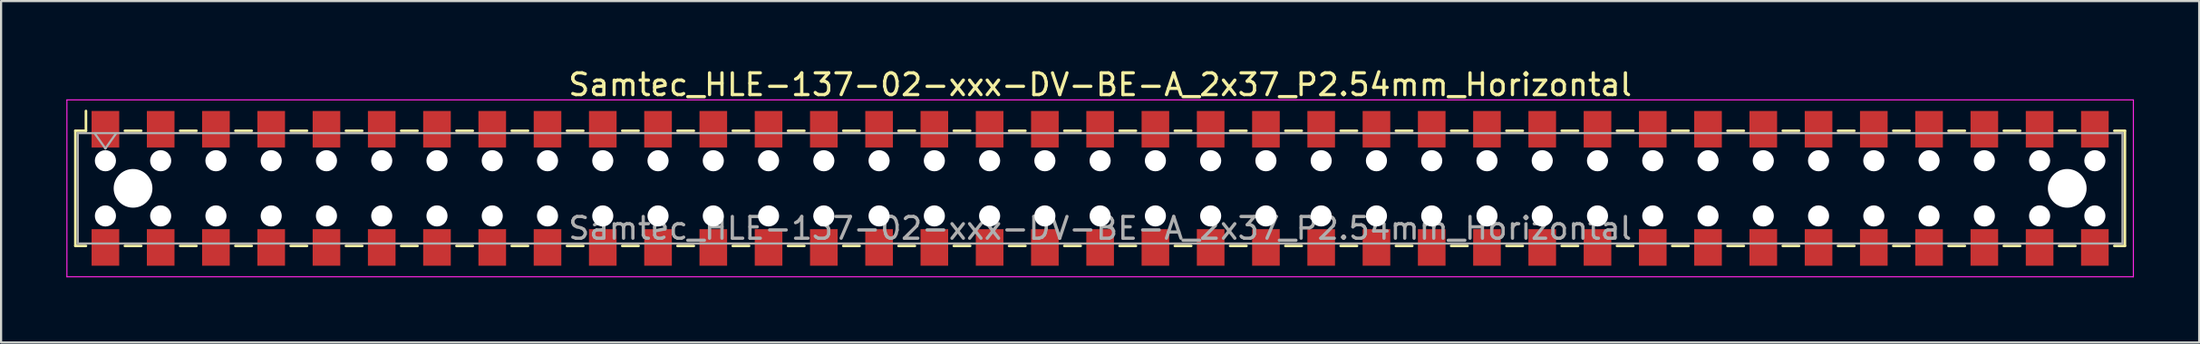
<source format=kicad_pcb>
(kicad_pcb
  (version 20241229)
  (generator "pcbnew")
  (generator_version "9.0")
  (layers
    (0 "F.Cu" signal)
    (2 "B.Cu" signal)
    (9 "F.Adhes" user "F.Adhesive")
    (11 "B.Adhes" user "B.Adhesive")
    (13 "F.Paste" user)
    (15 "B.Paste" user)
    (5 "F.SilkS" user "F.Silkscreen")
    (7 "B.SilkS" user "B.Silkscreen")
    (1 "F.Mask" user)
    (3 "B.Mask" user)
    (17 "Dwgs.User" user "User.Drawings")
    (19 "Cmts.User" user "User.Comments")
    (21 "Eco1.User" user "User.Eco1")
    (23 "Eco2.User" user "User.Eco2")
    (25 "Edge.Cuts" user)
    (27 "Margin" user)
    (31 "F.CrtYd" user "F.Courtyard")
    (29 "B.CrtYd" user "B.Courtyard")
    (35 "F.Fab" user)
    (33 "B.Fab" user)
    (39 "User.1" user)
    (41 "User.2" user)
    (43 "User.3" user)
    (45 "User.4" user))
  (footprint "Samtec_HLE-137-02-xxx-DV-BE-A_2x37_P2.54mm_Horizontal"
    (layer "F.Cu")
    (at 47.515 5.618)
    (property "Reference" "Samtec_HLE-137-02-xxx-DV-BE-A_2x37_P2.54mm_Horizontal" (at 0 -4.77 0) (layer "F.SilkS") (effects (font (size 1 1) (thickness 0.15))))
    (attr smd)
    (fp_line (start -47.1 -2.65) (end -47.1 2.65) (stroke (width 0.12) (type solid)) (layer "F.SilkS"))
    (fp_line (start -47.1 2.65) (end -46.615 2.65) (stroke (width 0.12) (type solid)) (layer "F.SilkS"))
    (fp_line (start -46.615 -3.56) (end -46.615 -2.65) (stroke (width 0.12) (type solid)) (layer "F.SilkS"))
    (fp_line (start -46.615 -2.65) (end -47.1 -2.65) (stroke (width 0.12) (type solid)) (layer "F.SilkS"))
    (fp_line (start -44.825 -2.65) (end -44.075 -2.65) (stroke (width 0.12) (type solid)) (layer "F.SilkS"))
    (fp_line (start -44.825 2.65) (end -44.075 2.65) (stroke (width 0.12) (type solid)) (layer "F.SilkS"))
    (fp_line (start -42.285 -2.65) (end -41.535 -2.65) (stroke (width 0.12) (type solid)) (layer "F.SilkS"))
    (fp_line (start -42.285 2.65) (end -41.535 2.65) (stroke (width 0.12) (type solid)) (layer "F.SilkS"))
    (fp_line (start -39.745 -2.65) (end -38.995 -2.65) (stroke (width 0.12) (type solid)) (layer "F.SilkS"))
    (fp_line (start -39.745 2.65) (end -38.995 2.65) (stroke (width 0.12) (type solid)) (layer "F.SilkS"))
    (fp_line (start -37.205 -2.65) (end -36.455 -2.65) (stroke (width 0.12) (type solid)) (layer "F.SilkS"))
    (fp_line (start -37.205 2.65) (end -36.455 2.65) (stroke (width 0.12) (type solid)) (layer "F.SilkS"))
    (fp_line (start -34.665 -2.65) (end -33.915 -2.65) (stroke (width 0.12) (type solid)) (layer "F.SilkS"))
    (fp_line (start -34.665 2.65) (end -33.915 2.65) (stroke (width 0.12) (type solid)) (layer "F.SilkS"))
    (fp_line (start -32.125 -2.65) (end -31.375 -2.65) (stroke (width 0.12) (type solid)) (layer "F.SilkS"))
    (fp_line (start -32.125 2.65) (end -31.375 2.65) (stroke (width 0.12) (type solid)) (layer "F.SilkS"))
    (fp_line (start -29.585 -2.65) (end -28.835 -2.65) (stroke (width 0.12) (type solid)) (layer "F.SilkS"))
    (fp_line (start -29.585 2.65) (end -28.835 2.65) (stroke (width 0.12) (type solid)) (layer "F.SilkS"))
    (fp_line (start -27.045 -2.65) (end -26.295 -2.65) (stroke (width 0.12) (type solid)) (layer "F.SilkS"))
    (fp_line (start -27.045 2.65) (end -26.295 2.65) (stroke (width 0.12) (type solid)) (layer "F.SilkS"))
    (fp_line (start -24.505 -2.65) (end -23.755 -2.65) (stroke (width 0.12) (type solid)) (layer "F.SilkS"))
    (fp_line (start -24.505 2.65) (end -23.755 2.65) (stroke (width 0.12) (type solid)) (layer "F.SilkS"))
    (fp_line (start -21.965 -2.65) (end -21.215 -2.65) (stroke (width 0.12) (type solid)) (layer "F.SilkS"))
    (fp_line (start -21.965 2.65) (end -21.215 2.65) (stroke (width 0.12) (type solid)) (layer "F.SilkS"))
    (fp_line (start -19.425 -2.65) (end -18.675 -2.65) (stroke (width 0.12) (type solid)) (layer "F.SilkS"))
    (fp_line (start -19.425 2.65) (end -18.675 2.65) (stroke (width 0.12) (type solid)) (layer "F.SilkS"))
    (fp_line (start -16.885 -2.65) (end -16.135 -2.65) (stroke (width 0.12) (type solid)) (layer "F.SilkS"))
    (fp_line (start -16.885 2.65) (end -16.135 2.65) (stroke (width 0.12) (type solid)) (layer "F.SilkS"))
    (fp_line (start -14.345 -2.65) (end -13.595 -2.65) (stroke (width 0.12) (type solid)) (layer "F.SilkS"))
    (fp_line (start -14.345 2.65) (end -13.595 2.65) (stroke (width 0.12) (type solid)) (layer "F.SilkS"))
    (fp_line (start -11.805 -2.65) (end -11.055 -2.65) (stroke (width 0.12) (type solid)) (layer "F.SilkS"))
    (fp_line (start -11.805 2.65) (end -11.055 2.65) (stroke (width 0.12) (type solid)) (layer "F.SilkS"))
    (fp_line (start -9.265 -2.65) (end -8.515 -2.65) (stroke (width 0.12) (type solid)) (layer "F.SilkS"))
    (fp_line (start -9.265 2.65) (end -8.515 2.65) (stroke (width 0.12) (type solid)) (layer "F.SilkS"))
    (fp_line (start -6.725 -2.65) (end -5.975 -2.65) (stroke (width 0.12) (type solid)) (layer "F.SilkS"))
    (fp_line (start -6.725 2.65) (end -5.975 2.65) (stroke (width 0.12) (type solid)) (layer "F.SilkS"))
    (fp_line (start -4.185 -2.65) (end -3.435 -2.65) (stroke (width 0.12) (type solid)) (layer "F.SilkS"))
    (fp_line (start -4.185 2.65) (end -3.435 2.65) (stroke (width 0.12) (type solid)) (layer "F.SilkS"))
    (fp_line (start -1.645 -2.65) (end -0.895 -2.65) (stroke (width 0.12) (type solid)) (layer "F.SilkS"))
    (fp_line (start -1.645 2.65) (end -0.895 2.65) (stroke (width 0.12) (type solid)) (layer "F.SilkS"))
    (fp_line (start 0.895 -2.65) (end 1.645 -2.65) (stroke (width 0.12) (type solid)) (layer "F.SilkS"))
    (fp_line (start 0.895 2.65) (end 1.645 2.65) (stroke (width 0.12) (type solid)) (layer "F.SilkS"))
    (fp_line (start 3.435 -2.65) (end 4.185 -2.65) (stroke (width 0.12) (type solid)) (layer "F.SilkS"))
    (fp_line (start 3.435 2.65) (end 4.185 2.65) (stroke (width 0.12) (type solid)) (layer "F.SilkS"))
    (fp_line (start 5.975 -2.65) (end 6.725 -2.65) (stroke (width 0.12) (type solid)) (layer "F.SilkS"))
    (fp_line (start 5.975 2.65) (end 6.725 2.65) (stroke (width 0.12) (type solid)) (layer "F.SilkS"))
    (fp_line (start 8.515 -2.65) (end 9.265 -2.65) (stroke (width 0.12) (type solid)) (layer "F.SilkS"))
    (fp_line (start 8.515 2.65) (end 9.265 2.65) (stroke (width 0.12) (type solid)) (layer "F.SilkS"))
    (fp_line (start 11.055 -2.65) (end 11.805 -2.65) (stroke (width 0.12) (type solid)) (layer "F.SilkS"))
    (fp_line (start 11.055 2.65) (end 11.805 2.65) (stroke (width 0.12) (type solid)) (layer "F.SilkS"))
    (fp_line (start 13.595 -2.65) (end 14.345 -2.65) (stroke (width 0.12) (type solid)) (layer "F.SilkS"))
    (fp_line (start 13.595 2.65) (end 14.345 2.65) (stroke (width 0.12) (type solid)) (layer "F.SilkS"))
    (fp_line (start 16.135 -2.65) (end 16.885 -2.65) (stroke (width 0.12) (type solid)) (layer "F.SilkS"))
    (fp_line (start 16.135 2.65) (end 16.885 2.65) (stroke (width 0.12) (type solid)) (layer "F.SilkS"))
    (fp_line (start 18.675 -2.65) (end 19.425 -2.65) (stroke (width 0.12) (type solid)) (layer "F.SilkS"))
    (fp_line (start 18.675 2.65) (end 19.425 2.65) (stroke (width 0.12) (type solid)) (layer "F.SilkS"))
    (fp_line (start 21.215 -2.65) (end 21.965 -2.65) (stroke (width 0.12) (type solid)) (layer "F.SilkS"))
    (fp_line (start 21.215 2.65) (end 21.965 2.65) (stroke (width 0.12) (type solid)) (layer "F.SilkS"))
    (fp_line (start 23.755 -2.65) (end 24.505 -2.65) (stroke (width 0.12) (type solid)) (layer "F.SilkS"))
    (fp_line (start 23.755 2.65) (end 24.505 2.65) (stroke (width 0.12) (type solid)) (layer "F.SilkS"))
    (fp_line (start 26.295 -2.65) (end 27.045 -2.65) (stroke (width 0.12) (type solid)) (layer "F.SilkS"))
    (fp_line (start 26.295 2.65) (end 27.045 2.65) (stroke (width 0.12) (type solid)) (layer "F.SilkS"))
    (fp_line (start 28.835 -2.65) (end 29.585 -2.65) (stroke (width 0.12) (type solid)) (layer "F.SilkS"))
    (fp_line (start 28.835 2.65) (end 29.585 2.65) (stroke (width 0.12) (type solid)) (layer "F.SilkS"))
    (fp_line (start 31.375 -2.65) (end 32.125 -2.65) (stroke (width 0.12) (type solid)) (layer "F.SilkS"))
    (fp_line (start 31.375 2.65) (end 32.125 2.65) (stroke (width 0.12) (type solid)) (layer "F.SilkS"))
    (fp_line (start 33.915 -2.65) (end 34.665 -2.65) (stroke (width 0.12) (type solid)) (layer "F.SilkS"))
    (fp_line (start 33.915 2.65) (end 34.665 2.65) (stroke (width 0.12) (type solid)) (layer "F.SilkS"))
    (fp_line (start 36.455 -2.65) (end 37.205 -2.65) (stroke (width 0.12) (type solid)) (layer "F.SilkS"))
    (fp_line (start 36.455 2.65) (end 37.205 2.65) (stroke (width 0.12) (type solid)) (layer "F.SilkS"))
    (fp_line (start 38.995 -2.65) (end 39.745 -2.65) (stroke (width 0.12) (type solid)) (layer "F.SilkS"))
    (fp_line (start 38.995 2.65) (end 39.745 2.65) (stroke (width 0.12) (type solid)) (layer "F.SilkS"))
    (fp_line (start 41.535 -2.65) (end 42.285 -2.65) (stroke (width 0.12) (type solid)) (layer "F.SilkS"))
    (fp_line (start 41.535 2.65) (end 42.285 2.65) (stroke (width 0.12) (type solid)) (layer "F.SilkS"))
    (fp_line (start 44.075 -2.65) (end 44.825 -2.65) (stroke (width 0.12) (type solid)) (layer "F.SilkS"))
    (fp_line (start 44.075 2.65) (end 44.825 2.65) (stroke (width 0.12) (type solid)) (layer "F.SilkS"))
    (fp_line (start 46.615 -2.65) (end 47.1 -2.65) (stroke (width 0.12) (type solid)) (layer "F.SilkS"))
    (fp_line (start 47.1 -2.65) (end 47.1 2.65) (stroke (width 0.12) (type solid)) (layer "F.SilkS"))
    (fp_line (start 47.1 2.65) (end 46.615 2.65) (stroke (width 0.12) (type solid)) (layer "F.SilkS"))
    (fp_line (start -47.49 -4.07) (end 47.49 -4.07) (stroke (width 0.05) (type solid)) (layer "F.CrtYd"))
    (fp_line (start -47.49 4.07) (end -47.49 -4.07) (stroke (width 0.05) (type solid)) (layer "F.CrtYd"))
    (fp_line (start 47.49 -4.07) (end 47.49 4.07) (stroke (width 0.05) (type solid)) (layer "F.CrtYd"))
    (fp_line (start 47.49 4.07) (end -47.49 4.07) (stroke (width 0.05) (type solid)) (layer "F.CrtYd"))
    (fp_line (start -46.99 -2.54) (end 46.99 -2.54) (stroke (width 0.1) (type solid)) (layer "F.Fab"))
    (fp_line (start -46.99 2.54) (end -46.99 -2.54) (stroke (width 0.1) (type solid)) (layer "F.Fab"))
    (fp_line (start -46.22 -2.54) (end -45.72 -1.833) (stroke (width 0.1) (type solid)) (layer "F.Fab"))
    (fp_line (start -45.72 -1.833) (end -45.22 -2.54) (stroke (width 0.1) (type solid)) (layer "F.Fab"))
    (fp_line (start 46.99 -2.54) (end 46.99 2.54) (stroke (width 0.1) (type solid)) (layer "F.Fab"))
    (fp_line (start 46.99 2.54) (end -46.99 2.54) (stroke (width 0.1) (type solid)) (layer "F.Fab"))
    (fp_text user "${REFERENCE}" (at 0 1.84 0) (layer "F.Fab") (effects (font (size 1 1) (thickness 0.15))))
    (pad "" np_thru_hole circle (at -45.72 -1.27) (size 0.97 0.97) (drill 0.97) (layers "*.Cu" "*.Mask"))
    (pad "" np_thru_hole circle (at -45.72 1.27) (size 0.97 0.97) (drill 0.97) (layers "*.Cu" "*.Mask"))
    (pad "" np_thru_hole circle (at -44.45 0) (size 1.78 1.78) (drill 1.78) (layers "*.Cu" "*.Mask"))
    (pad "" np_thru_hole circle (at -43.18 -1.27) (size 0.97 0.97) (drill 0.97) (layers "*.Cu" "*.Mask"))
    (pad "" np_thru_hole circle (at -43.18 1.27) (size 0.97 0.97) (drill 0.97) (layers "*.Cu" "*.Mask"))
    (pad "" np_thru_hole circle (at -40.64 -1.27) (size 0.97 0.97) (drill 0.97) (layers "*.Cu" "*.Mask"))
    (pad "" np_thru_hole circle (at -40.64 1.27) (size 0.97 0.97) (drill 0.97) (layers "*.Cu" "*.Mask"))
    (pad "" np_thru_hole circle (at -38.1 -1.27) (size 0.97 0.97) (drill 0.97) (layers "*.Cu" "*.Mask"))
    (pad "" np_thru_hole circle (at -38.1 1.27) (size 0.97 0.97) (drill 0.97) (layers "*.Cu" "*.Mask"))
    (pad "" np_thru_hole circle (at -35.56 -1.27) (size 0.97 0.97) (drill 0.97) (layers "*.Cu" "*.Mask"))
    (pad "" np_thru_hole circle (at -35.56 1.27) (size 0.97 0.97) (drill 0.97) (layers "*.Cu" "*.Mask"))
    (pad "" np_thru_hole circle (at -33.02 -1.27) (size 0.97 0.97) (drill 0.97) (layers "*.Cu" "*.Mask"))
    (pad "" np_thru_hole circle (at -33.02 1.27) (size 0.97 0.97) (drill 0.97) (layers "*.Cu" "*.Mask"))
    (pad "" np_thru_hole circle (at -30.48 -1.27) (size 0.97 0.97) (drill 0.97) (layers "*.Cu" "*.Mask"))
    (pad "" np_thru_hole circle (at -30.48 1.27) (size 0.97 0.97) (drill 0.97) (layers "*.Cu" "*.Mask"))
    (pad "" np_thru_hole circle (at -27.94 -1.27) (size 0.97 0.97) (drill 0.97) (layers "*.Cu" "*.Mask"))
    (pad "" np_thru_hole circle (at -27.94 1.27) (size 0.97 0.97) (drill 0.97) (layers "*.Cu" "*.Mask"))
    (pad "" np_thru_hole circle (at -25.4 -1.27) (size 0.97 0.97) (drill 0.97) (layers "*.Cu" "*.Mask"))
    (pad "" np_thru_hole circle (at -25.4 1.27) (size 0.97 0.97) (drill 0.97) (layers "*.Cu" "*.Mask"))
    (pad "" np_thru_hole circle (at -22.86 -1.27) (size 0.97 0.97) (drill 0.97) (layers "*.Cu" "*.Mask"))
    (pad "" np_thru_hole circle (at -22.86 1.27) (size 0.97 0.97) (drill 0.97) (layers "*.Cu" "*.Mask"))
    (pad "" np_thru_hole circle (at -20.32 -1.27) (size 0.97 0.97) (drill 0.97) (layers "*.Cu" "*.Mask"))
    (pad "" np_thru_hole circle (at -20.32 1.27) (size 0.97 0.97) (drill 0.97) (layers "*.Cu" "*.Mask"))
    (pad "" np_thru_hole circle (at -17.78 -1.27) (size 0.97 0.97) (drill 0.97) (layers "*.Cu" "*.Mask"))
    (pad "" np_thru_hole circle (at -17.78 1.27) (size 0.97 0.97) (drill 0.97) (layers "*.Cu" "*.Mask"))
    (pad "" np_thru_hole circle (at -15.24 -1.27) (size 0.97 0.97) (drill 0.97) (layers "*.Cu" "*.Mask"))
    (pad "" np_thru_hole circle (at -15.24 1.27) (size 0.97 0.97) (drill 0.97) (layers "*.Cu" "*.Mask"))
    (pad "" np_thru_hole circle (at -12.7 -1.27) (size 0.97 0.97) (drill 0.97) (layers "*.Cu" "*.Mask"))
    (pad "" np_thru_hole circle (at -12.7 1.27) (size 0.97 0.97) (drill 0.97) (layers "*.Cu" "*.Mask"))
    (pad "" np_thru_hole circle (at -10.16 -1.27) (size 0.97 0.97) (drill 0.97) (layers "*.Cu" "*.Mask"))
    (pad "" np_thru_hole circle (at -10.16 1.27) (size 0.97 0.97) (drill 0.97) (layers "*.Cu" "*.Mask"))
    (pad "" np_thru_hole circle (at -7.62 -1.27) (size 0.97 0.97) (drill 0.97) (layers "*.Cu" "*.Mask"))
    (pad "" np_thru_hole circle (at -7.62 1.27) (size 0.97 0.97) (drill 0.97) (layers "*.Cu" "*.Mask"))
    (pad "" np_thru_hole circle (at -5.08 -1.27) (size 0.97 0.97) (drill 0.97) (layers "*.Cu" "*.Mask"))
    (pad "" np_thru_hole circle (at -5.08 1.27) (size 0.97 0.97) (drill 0.97) (layers "*.Cu" "*.Mask"))
    (pad "" np_thru_hole circle (at -2.54 -1.27) (size 0.97 0.97) (drill 0.97) (layers "*.Cu" "*.Mask"))
    (pad "" np_thru_hole circle (at -2.54 1.27) (size 0.97 0.97) (drill 0.97) (layers "*.Cu" "*.Mask"))
    (pad "" np_thru_hole circle (at 0 -1.27) (size 0.97 0.97) (drill 0.97) (layers "*.Cu" "*.Mask"))
    (pad "" np_thru_hole circle (at 0 1.27) (size 0.97 0.97) (drill 0.97) (layers "*.Cu" "*.Mask"))
    (pad "" np_thru_hole circle (at 2.54 -1.27) (size 0.97 0.97) (drill 0.97) (layers "*.Cu" "*.Mask"))
    (pad "" np_thru_hole circle (at 2.54 1.27) (size 0.97 0.97) (drill 0.97) (layers "*.Cu" "*.Mask"))
    (pad "" np_thru_hole circle (at 5.08 -1.27) (size 0.97 0.97) (drill 0.97) (layers "*.Cu" "*.Mask"))
    (pad "" np_thru_hole circle (at 5.08 1.27) (size 0.97 0.97) (drill 0.97) (layers "*.Cu" "*.Mask"))
    (pad "" np_thru_hole circle (at 7.62 -1.27) (size 0.97 0.97) (drill 0.97) (layers "*.Cu" "*.Mask"))
    (pad "" np_thru_hole circle (at 7.62 1.27) (size 0.97 0.97) (drill 0.97) (layers "*.Cu" "*.Mask"))
    (pad "" np_thru_hole circle (at 10.16 -1.27) (size 0.97 0.97) (drill 0.97) (layers "*.Cu" "*.Mask"))
    (pad "" np_thru_hole circle (at 10.16 1.27) (size 0.97 0.97) (drill 0.97) (layers "*.Cu" "*.Mask"))
    (pad "" np_thru_hole circle (at 12.7 -1.27) (size 0.97 0.97) (drill 0.97) (layers "*.Cu" "*.Mask"))
    (pad "" np_thru_hole circle (at 12.7 1.27) (size 0.97 0.97) (drill 0.97) (layers "*.Cu" "*.Mask"))
    (pad "" np_thru_hole circle (at 15.24 -1.27) (size 0.97 0.97) (drill 0.97) (layers "*.Cu" "*.Mask"))
    (pad "" np_thru_hole circle (at 15.24 1.27) (size 0.97 0.97) (drill 0.97) (layers "*.Cu" "*.Mask"))
    (pad "" np_thru_hole circle (at 17.78 -1.27) (size 0.97 0.97) (drill 0.97) (layers "*.Cu" "*.Mask"))
    (pad "" np_thru_hole circle (at 17.78 1.27) (size 0.97 0.97) (drill 0.97) (layers "*.Cu" "*.Mask"))
    (pad "" np_thru_hole circle (at 20.32 -1.27) (size 0.97 0.97) (drill 0.97) (layers "*.Cu" "*.Mask"))
    (pad "" np_thru_hole circle (at 20.32 1.27) (size 0.97 0.97) (drill 0.97) (layers "*.Cu" "*.Mask"))
    (pad "" np_thru_hole circle (at 22.86 -1.27) (size 0.97 0.97) (drill 0.97) (layers "*.Cu" "*.Mask"))
    (pad "" np_thru_hole circle (at 22.86 1.27) (size 0.97 0.97) (drill 0.97) (layers "*.Cu" "*.Mask"))
    (pad "" np_thru_hole circle (at 25.4 -1.27) (size 0.97 0.97) (drill 0.97) (layers "*.Cu" "*.Mask"))
    (pad "" np_thru_hole circle (at 25.4 1.27) (size 0.97 0.97) (drill 0.97) (layers "*.Cu" "*.Mask"))
    (pad "" np_thru_hole circle (at 27.94 -1.27) (size 0.97 0.97) (drill 0.97) (layers "*.Cu" "*.Mask"))
    (pad "" np_thru_hole circle (at 27.94 1.27) (size 0.97 0.97) (drill 0.97) (layers "*.Cu" "*.Mask"))
    (pad "" np_thru_hole circle (at 30.48 -1.27) (size 0.97 0.97) (drill 0.97) (layers "*.Cu" "*.Mask"))
    (pad "" np_thru_hole circle (at 30.48 1.27) (size 0.97 0.97) (drill 0.97) (layers "*.Cu" "*.Mask"))
    (pad "" np_thru_hole circle (at 33.02 -1.27) (size 0.97 0.97) (drill 0.97) (layers "*.Cu" "*.Mask"))
    (pad "" np_thru_hole circle (at 33.02 1.27) (size 0.97 0.97) (drill 0.97) (layers "*.Cu" "*.Mask"))
    (pad "" np_thru_hole circle (at 35.56 -1.27) (size 0.97 0.97) (drill 0.97) (layers "*.Cu" "*.Mask"))
    (pad "" np_thru_hole circle (at 35.56 1.27) (size 0.97 0.97) (drill 0.97) (layers "*.Cu" "*.Mask"))
    (pad "" np_thru_hole circle (at 38.1 -1.27) (size 0.97 0.97) (drill 0.97) (layers "*.Cu" "*.Mask"))
    (pad "" np_thru_hole circle (at 38.1 1.27) (size 0.97 0.97) (drill 0.97) (layers "*.Cu" "*.Mask"))
    (pad "" np_thru_hole circle (at 40.64 -1.27) (size 0.97 0.97) (drill 0.97) (layers "*.Cu" "*.Mask"))
    (pad "" np_thru_hole circle (at 40.64 1.27) (size 0.97 0.97) (drill 0.97) (layers "*.Cu" "*.Mask"))
    (pad "" np_thru_hole circle (at 43.18 -1.27) (size 0.97 0.97) (drill 0.97) (layers "*.Cu" "*.Mask"))
    (pad "" np_thru_hole circle (at 43.18 1.27) (size 0.97 0.97) (drill 0.97) (layers "*.Cu" "*.Mask"))
    (pad "" np_thru_hole circle (at 44.45 0) (size 1.78 1.78) (drill 1.78) (layers "*.Cu" "*.Mask"))
    (pad "" np_thru_hole circle (at 45.72 -1.27) (size 0.97 0.97) (drill 0.97) (layers "*.Cu" "*.Mask"))
    (pad "" np_thru_hole circle (at 45.72 1.27) (size 0.97 0.97) (drill 0.97) (layers "*.Cu" "*.Mask"))
    (pad "1" smd rect (at -45.72 -2.72) (size 1.27 1.68) (layers "F.Cu" "F.Mask" "F.Paste"))
    (pad "2" smd rect (at -45.72 2.72) (size 1.27 1.68) (layers "F.Cu" "F.Mask" "F.Paste"))
    (pad "3" smd rect (at -43.18 -2.72) (size 1.27 1.68) (layers "F.Cu" "F.Mask" "F.Paste"))
    (pad "4" smd rect (at -43.18 2.72) (size 1.27 1.68) (layers "F.Cu" "F.Mask" "F.Paste"))
    (pad "5" smd rect (at -40.64 -2.72) (size 1.27 1.68) (layers "F.Cu" "F.Mask" "F.Paste"))
    (pad "6" smd rect (at -40.64 2.72) (size 1.27 1.68) (layers "F.Cu" "F.Mask" "F.Paste"))
    (pad "7" smd rect (at -38.1 -2.72) (size 1.27 1.68) (layers "F.Cu" "F.Mask" "F.Paste"))
    (pad "8" smd rect (at -38.1 2.72) (size 1.27 1.68) (layers "F.Cu" "F.Mask" "F.Paste"))
    (pad "9" smd rect (at -35.56 -2.72) (size 1.27 1.68) (layers "F.Cu" "F.Mask" "F.Paste"))
    (pad "10" smd rect (at -35.56 2.72) (size 1.27 1.68) (layers "F.Cu" "F.Mask" "F.Paste"))
    (pad "11" smd rect (at -33.02 -2.72) (size 1.27 1.68) (layers "F.Cu" "F.Mask" "F.Paste"))
    (pad "12" smd rect (at -33.02 2.72) (size 1.27 1.68) (layers "F.Cu" "F.Mask" "F.Paste"))
    (pad "13" smd rect (at -30.48 -2.72) (size 1.27 1.68) (layers "F.Cu" "F.Mask" "F.Paste"))
    (pad "14" smd rect (at -30.48 2.72) (size 1.27 1.68) (layers "F.Cu" "F.Mask" "F.Paste"))
    (pad "15" smd rect (at -27.94 -2.72) (size 1.27 1.68) (layers "F.Cu" "F.Mask" "F.Paste"))
    (pad "16" smd rect (at -27.94 2.72) (size 1.27 1.68) (layers "F.Cu" "F.Mask" "F.Paste"))
    (pad "17" smd rect (at -25.4 -2.72) (size 1.27 1.68) (layers "F.Cu" "F.Mask" "F.Paste"))
    (pad "18" smd rect (at -25.4 2.72) (size 1.27 1.68) (layers "F.Cu" "F.Mask" "F.Paste"))
    (pad "19" smd rect (at -22.86 -2.72) (size 1.27 1.68) (layers "F.Cu" "F.Mask" "F.Paste"))
    (pad "20" smd rect (at -22.86 2.72) (size 1.27 1.68) (layers "F.Cu" "F.Mask" "F.Paste"))
    (pad "21" smd rect (at -20.32 -2.72) (size 1.27 1.68) (layers "F.Cu" "F.Mask" "F.Paste"))
    (pad "22" smd rect (at -20.32 2.72) (size 1.27 1.68) (layers "F.Cu" "F.Mask" "F.Paste"))
    (pad "23" smd rect (at -17.78 -2.72) (size 1.27 1.68) (layers "F.Cu" "F.Mask" "F.Paste"))
    (pad "24" smd rect (at -17.78 2.72) (size 1.27 1.68) (layers "F.Cu" "F.Mask" "F.Paste"))
    (pad "25" smd rect (at -15.24 -2.72) (size 1.27 1.68) (layers "F.Cu" "F.Mask" "F.Paste"))
    (pad "26" smd rect (at -15.24 2.72) (size 1.27 1.68) (layers "F.Cu" "F.Mask" "F.Paste"))
    (pad "27" smd rect (at -12.7 -2.72) (size 1.27 1.68) (layers "F.Cu" "F.Mask" "F.Paste"))
    (pad "28" smd rect (at -12.7 2.72) (size 1.27 1.68) (layers "F.Cu" "F.Mask" "F.Paste"))
    (pad "29" smd rect (at -10.16 -2.72) (size 1.27 1.68) (layers "F.Cu" "F.Mask" "F.Paste"))
    (pad "30" smd rect (at -10.16 2.72) (size 1.27 1.68) (layers "F.Cu" "F.Mask" "F.Paste"))
    (pad "31" smd rect (at -7.62 -2.72) (size 1.27 1.68) (layers "F.Cu" "F.Mask" "F.Paste"))
    (pad "32" smd rect (at -7.62 2.72) (size 1.27 1.68) (layers "F.Cu" "F.Mask" "F.Paste"))
    (pad "33" smd rect (at -5.08 -2.72) (size 1.27 1.68) (layers "F.Cu" "F.Mask" "F.Paste"))
    (pad "34" smd rect (at -5.08 2.72) (size 1.27 1.68) (layers "F.Cu" "F.Mask" "F.Paste"))
    (pad "35" smd rect (at -2.54 -2.72) (size 1.27 1.68) (layers "F.Cu" "F.Mask" "F.Paste"))
    (pad "36" smd rect (at -2.54 2.72) (size 1.27 1.68) (layers "F.Cu" "F.Mask" "F.Paste"))
    (pad "37" smd rect (at 0 -2.72) (size 1.27 1.68) (layers "F.Cu" "F.Mask" "F.Paste"))
    (pad "38" smd rect (at 0 2.72) (size 1.27 1.68) (layers "F.Cu" "F.Mask" "F.Paste"))
    (pad "39" smd rect (at 2.54 -2.72) (size 1.27 1.68) (layers "F.Cu" "F.Mask" "F.Paste"))
    (pad "40" smd rect (at 2.54 2.72) (size 1.27 1.68) (layers "F.Cu" "F.Mask" "F.Paste"))
    (pad "41" smd rect (at 5.08 -2.72) (size 1.27 1.68) (layers "F.Cu" "F.Mask" "F.Paste"))
    (pad "42" smd rect (at 5.08 2.72) (size 1.27 1.68) (layers "F.Cu" "F.Mask" "F.Paste"))
    (pad "43" smd rect (at 7.62 -2.72) (size 1.27 1.68) (layers "F.Cu" "F.Mask" "F.Paste"))
    (pad "44" smd rect (at 7.62 2.72) (size 1.27 1.68) (layers "F.Cu" "F.Mask" "F.Paste"))
    (pad "45" smd rect (at 10.16 -2.72) (size 1.27 1.68) (layers "F.Cu" "F.Mask" "F.Paste"))
    (pad "46" smd rect (at 10.16 2.72) (size 1.27 1.68) (layers "F.Cu" "F.Mask" "F.Paste"))
    (pad "47" smd rect (at 12.7 -2.72) (size 1.27 1.68) (layers "F.Cu" "F.Mask" "F.Paste"))
    (pad "48" smd rect (at 12.7 2.72) (size 1.27 1.68) (layers "F.Cu" "F.Mask" "F.Paste"))
    (pad "49" smd rect (at 15.24 -2.72) (size 1.27 1.68) (layers "F.Cu" "F.Mask" "F.Paste"))
    (pad "50" smd rect (at 15.24 2.72) (size 1.27 1.68) (layers "F.Cu" "F.Mask" "F.Paste"))
    (pad "51" smd rect (at 17.78 -2.72) (size 1.27 1.68) (layers "F.Cu" "F.Mask" "F.Paste"))
    (pad "52" smd rect (at 17.78 2.72) (size 1.27 1.68) (layers "F.Cu" "F.Mask" "F.Paste"))
    (pad "53" smd rect (at 20.32 -2.72) (size 1.27 1.68) (layers "F.Cu" "F.Mask" "F.Paste"))
    (pad "54" smd rect (at 20.32 2.72) (size 1.27 1.68) (layers "F.Cu" "F.Mask" "F.Paste"))
    (pad "55" smd rect (at 22.86 -2.72) (size 1.27 1.68) (layers "F.Cu" "F.Mask" "F.Paste"))
    (pad "56" smd rect (at 22.86 2.72) (size 1.27 1.68) (layers "F.Cu" "F.Mask" "F.Paste"))
    (pad "57" smd rect (at 25.4 -2.72) (size 1.27 1.68) (layers "F.Cu" "F.Mask" "F.Paste"))
    (pad "58" smd rect (at 25.4 2.72) (size 1.27 1.68) (layers "F.Cu" "F.Mask" "F.Paste"))
    (pad "59" smd rect (at 27.94 -2.72) (size 1.27 1.68) (layers "F.Cu" "F.Mask" "F.Paste"))
    (pad "60" smd rect (at 27.94 2.72) (size 1.27 1.68) (layers "F.Cu" "F.Mask" "F.Paste"))
    (pad "61" smd rect (at 30.48 -2.72) (size 1.27 1.68) (layers "F.Cu" "F.Mask" "F.Paste"))
    (pad "62" smd rect (at 30.48 2.72) (size 1.27 1.68) (layers "F.Cu" "F.Mask" "F.Paste"))
    (pad "63" smd rect (at 33.02 -2.72) (size 1.27 1.68) (layers "F.Cu" "F.Mask" "F.Paste"))
    (pad "64" smd rect (at 33.02 2.72) (size 1.27 1.68) (layers "F.Cu" "F.Mask" "F.Paste"))
    (pad "65" smd rect (at 35.56 -2.72) (size 1.27 1.68) (layers "F.Cu" "F.Mask" "F.Paste"))
    (pad "66" smd rect (at 35.56 2.72) (size 1.27 1.68) (layers "F.Cu" "F.Mask" "F.Paste"))
    (pad "67" smd rect (at 38.1 -2.72) (size 1.27 1.68) (layers "F.Cu" "F.Mask" "F.Paste"))
    (pad "68" smd rect (at 38.1 2.72) (size 1.27 1.68) (layers "F.Cu" "F.Mask" "F.Paste"))
    (pad "69" smd rect (at 40.64 -2.72) (size 1.27 1.68) (layers "F.Cu" "F.Mask" "F.Paste"))
    (pad "70" smd rect (at 40.64 2.72) (size 1.27 1.68) (layers "F.Cu" "F.Mask" "F.Paste"))
    (pad "71" smd rect (at 43.18 -2.72) (size 1.27 1.68) (layers "F.Cu" "F.Mask" "F.Paste"))
    (pad "72" smd rect (at 43.18 2.72) (size 1.27 1.68) (layers "F.Cu" "F.Mask" "F.Paste"))
    (pad "73" smd rect (at 45.72 -2.72) (size 1.27 1.68) (layers "F.Cu" "F.Mask" "F.Paste"))
    (pad "74" smd rect (at 45.72 2.72) (size 1.27 1.68) (layers "F.Cu" "F.Mask" "F.Paste")))
  (gr_rect
    (start -3 -3)
    (end 98.03 12.713)
    (stroke (width 0.1) (type default))
    (fill no)
    (layer "Edge.Cuts")))
</source>
